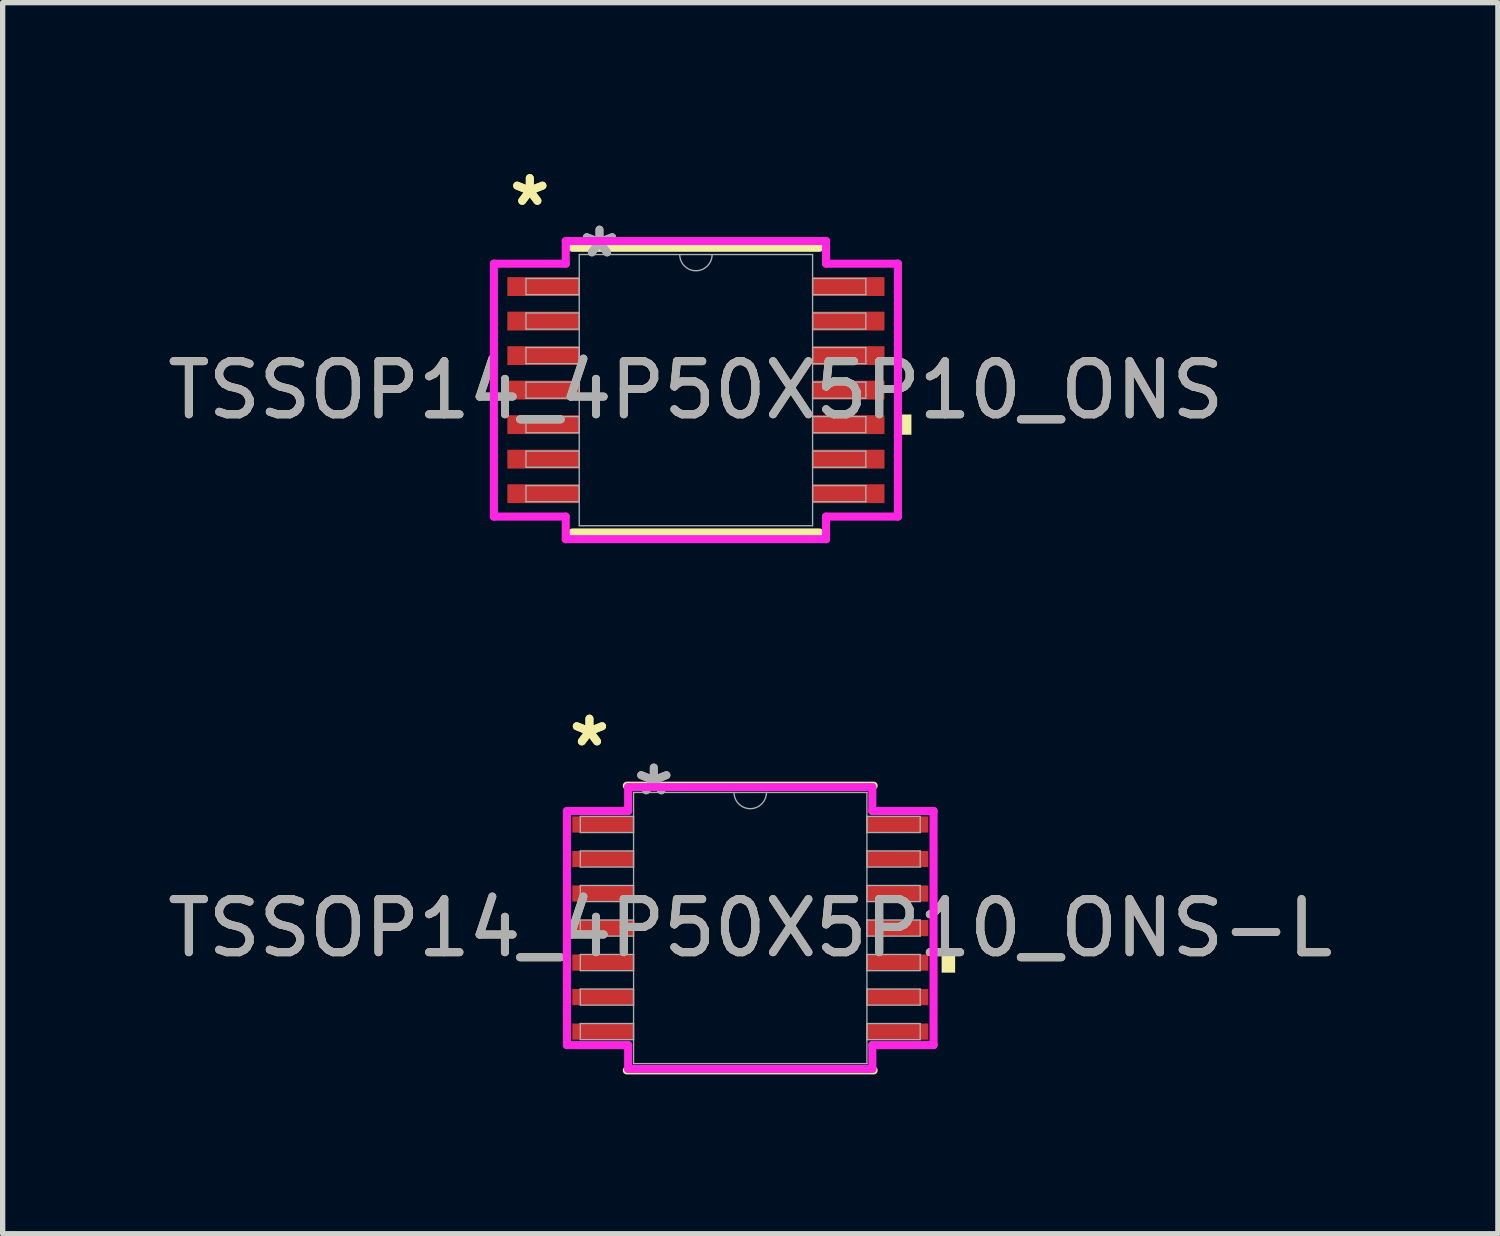
<source format=kicad_pcb>
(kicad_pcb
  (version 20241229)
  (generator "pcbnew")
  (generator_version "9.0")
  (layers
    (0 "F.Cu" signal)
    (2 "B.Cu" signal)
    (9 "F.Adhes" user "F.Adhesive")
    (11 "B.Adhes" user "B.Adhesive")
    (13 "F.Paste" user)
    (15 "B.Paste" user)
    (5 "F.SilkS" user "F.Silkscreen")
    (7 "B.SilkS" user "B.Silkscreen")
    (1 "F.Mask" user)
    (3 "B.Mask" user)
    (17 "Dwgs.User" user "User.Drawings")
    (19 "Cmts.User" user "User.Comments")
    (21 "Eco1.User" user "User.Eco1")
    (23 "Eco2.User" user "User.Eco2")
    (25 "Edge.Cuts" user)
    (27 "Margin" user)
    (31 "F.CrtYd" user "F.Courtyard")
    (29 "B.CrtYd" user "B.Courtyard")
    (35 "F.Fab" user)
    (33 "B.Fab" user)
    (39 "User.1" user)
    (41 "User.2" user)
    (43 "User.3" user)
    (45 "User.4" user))
  (footprint "TSSOP14_4P50X5P10_ONS"
    (layer "F.Cu")
    (at 10.054 4.296)
    (property "Reference" "TSSOP14_4P50X5P10_ONS" (at 0 0 0) (unlocked yes) (layer "F.SilkS") (effects (font (size 1 1) (thickness 0.15))))
    (attr smd)
    (fp_line (start -2.324 2.68) (end 2.324 2.68) (stroke (width 0.152) (type solid)) (layer "F.SilkS"))
    (fp_line (start 2.324 -2.68) (end -2.324 -2.68) (stroke (width 0.152) (type solid)) (layer "F.SilkS"))
    (fp_poly (pts (xy 4.058 0.459) (xy 4.058 0.84) (xy 3.804 0.84) (xy 3.804 0.459)) (stroke (width 0) (type solid)) (fill yes) (layer "F.SilkS"))
    (fp_line (start -3.804 -2.381) (end -2.451 -2.381) (stroke (width 0.152) (type solid)) (layer "F.CrtYd"))
    (fp_line (start -3.804 2.381) (end -3.804 -2.381) (stroke (width 0.152) (type solid)) (layer "F.CrtYd"))
    (fp_line (start -3.804 2.381) (end -2.451 2.381) (stroke (width 0.152) (type solid)) (layer "F.CrtYd"))
    (fp_line (start -2.451 -2.807) (end 2.451 -2.807) (stroke (width 0.152) (type solid)) (layer "F.CrtYd"))
    (fp_line (start -2.451 -2.381) (end -2.451 -2.807) (stroke (width 0.152) (type solid)) (layer "F.CrtYd"))
    (fp_line (start -2.451 2.807) (end -2.451 2.381) (stroke (width 0.152) (type solid)) (layer "F.CrtYd"))
    (fp_line (start 2.451 -2.807) (end 2.451 -2.381) (stroke (width 0.152) (type solid)) (layer "F.CrtYd"))
    (fp_line (start 2.451 2.381) (end 2.451 2.807) (stroke (width 0.152) (type solid)) (layer "F.CrtYd"))
    (fp_line (start 2.451 2.807) (end -2.451 2.807) (stroke (width 0.152) (type solid)) (layer "F.CrtYd"))
    (fp_line (start 3.804 -2.381) (end 2.451 -2.381) (stroke (width 0.152) (type solid)) (layer "F.CrtYd"))
    (fp_line (start 3.804 -2.381) (end 3.804 2.381) (stroke (width 0.152) (type solid)) (layer "F.CrtYd"))
    (fp_line (start 3.804 2.381) (end 2.451 2.381) (stroke (width 0.152) (type solid)) (layer "F.CrtYd"))
    (fp_line (start -3.2 -2.102) (end -3.2 -1.798) (stroke (width 0.025) (type solid)) (layer "F.Fab"))
    (fp_line (start -3.2 -1.798) (end -2.197 -1.798) (stroke (width 0.025) (type solid)) (layer "F.Fab"))
    (fp_line (start -3.2 -1.452) (end -3.2 -1.148) (stroke (width 0.025) (type solid)) (layer "F.Fab"))
    (fp_line (start -3.2 -1.148) (end -2.197 -1.148) (stroke (width 0.025) (type solid)) (layer "F.Fab"))
    (fp_line (start -3.2 -0.802) (end -3.2 -0.498) (stroke (width 0.025) (type solid)) (layer "F.Fab"))
    (fp_line (start -3.2 -0.498) (end -2.197 -0.498) (stroke (width 0.025) (type solid)) (layer "F.Fab"))
    (fp_line (start -3.2 -0.152) (end -3.2 0.152) (stroke (width 0.025) (type solid)) (layer "F.Fab"))
    (fp_line (start -3.2 0.152) (end -2.197 0.152) (stroke (width 0.025) (type solid)) (layer "F.Fab"))
    (fp_line (start -3.2 0.498) (end -3.2 0.802) (stroke (width 0.025) (type solid)) (layer "F.Fab"))
    (fp_line (start -3.2 0.802) (end -2.197 0.802) (stroke (width 0.025) (type solid)) (layer "F.Fab"))
    (fp_line (start -3.2 1.148) (end -3.2 1.452) (stroke (width 0.025) (type solid)) (layer "F.Fab"))
    (fp_line (start -3.2 1.452) (end -2.197 1.452) (stroke (width 0.025) (type solid)) (layer "F.Fab"))
    (fp_line (start -3.2 1.798) (end -3.2 2.102) (stroke (width 0.025) (type solid)) (layer "F.Fab"))
    (fp_line (start -3.2 2.102) (end -2.197 2.102) (stroke (width 0.025) (type solid)) (layer "F.Fab"))
    (fp_line (start -2.197 -2.553) (end -2.197 2.553) (stroke (width 0.025) (type solid)) (layer "F.Fab"))
    (fp_line (start -2.197 -2.102) (end -3.2 -2.102) (stroke (width 0.025) (type solid)) (layer "F.Fab"))
    (fp_line (start -2.197 -1.798) (end -2.197 -2.102) (stroke (width 0.025) (type solid)) (layer "F.Fab"))
    (fp_line (start -2.197 -1.452) (end -3.2 -1.452) (stroke (width 0.025) (type solid)) (layer "F.Fab"))
    (fp_line (start -2.197 -1.148) (end -2.197 -1.452) (stroke (width 0.025) (type solid)) (layer "F.Fab"))
    (fp_line (start -2.197 -0.802) (end -3.2 -0.802) (stroke (width 0.025) (type solid)) (layer "F.Fab"))
    (fp_line (start -2.197 -0.498) (end -2.197 -0.802) (stroke (width 0.025) (type solid)) (layer "F.Fab"))
    (fp_line (start -2.197 -0.152) (end -3.2 -0.152) (stroke (width 0.025) (type solid)) (layer "F.Fab"))
    (fp_line (start -2.197 0.152) (end -2.197 -0.152) (stroke (width 0.025) (type solid)) (layer "F.Fab"))
    (fp_line (start -2.197 0.498) (end -3.2 0.498) (stroke (width 0.025) (type solid)) (layer "F.Fab"))
    (fp_line (start -2.197 0.802) (end -2.197 0.498) (stroke (width 0.025) (type solid)) (layer "F.Fab"))
    (fp_line (start -2.197 1.148) (end -3.2 1.148) (stroke (width 0.025) (type solid)) (layer "F.Fab"))
    (fp_line (start -2.197 1.452) (end -2.197 1.148) (stroke (width 0.025) (type solid)) (layer "F.Fab"))
    (fp_line (start -2.197 1.798) (end -3.2 1.798) (stroke (width 0.025) (type solid)) (layer "F.Fab"))
    (fp_line (start -2.197 2.102) (end -2.197 1.798) (stroke (width 0.025) (type solid)) (layer "F.Fab"))
    (fp_line (start -2.197 2.553) (end 2.197 2.553) (stroke (width 0.025) (type solid)) (layer "F.Fab"))
    (fp_line (start 2.197 -2.553) (end -2.197 -2.553) (stroke (width 0.025) (type solid)) (layer "F.Fab"))
    (fp_line (start 2.197 -2.102) (end 2.197 -1.798) (stroke (width 0.025) (type solid)) (layer "F.Fab"))
    (fp_line (start 2.197 -1.798) (end 3.2 -1.798) (stroke (width 0.025) (type solid)) (layer "F.Fab"))
    (fp_line (start 2.197 -1.452) (end 2.197 -1.148) (stroke (width 0.025) (type solid)) (layer "F.Fab"))
    (fp_line (start 2.197 -1.148) (end 3.2 -1.148) (stroke (width 0.025) (type solid)) (layer "F.Fab"))
    (fp_line (start 2.197 -0.802) (end 2.197 -0.498) (stroke (width 0.025) (type solid)) (layer "F.Fab"))
    (fp_line (start 2.197 -0.498) (end 3.2 -0.498) (stroke (width 0.025) (type solid)) (layer "F.Fab"))
    (fp_line (start 2.197 -0.152) (end 2.197 0.152) (stroke (width 0.025) (type solid)) (layer "F.Fab"))
    (fp_line (start 2.197 0.152) (end 3.2 0.152) (stroke (width 0.025) (type solid)) (layer "F.Fab"))
    (fp_line (start 2.197 0.498) (end 2.197 0.802) (stroke (width 0.025) (type solid)) (layer "F.Fab"))
    (fp_line (start 2.197 0.802) (end 3.2 0.802) (stroke (width 0.025) (type solid)) (layer "F.Fab"))
    (fp_line (start 2.197 1.148) (end 2.197 1.452) (stroke (width 0.025) (type solid)) (layer "F.Fab"))
    (fp_line (start 2.197 1.452) (end 3.2 1.452) (stroke (width 0.025) (type solid)) (layer "F.Fab"))
    (fp_line (start 2.197 1.798) (end 2.197 2.102) (stroke (width 0.025) (type solid)) (layer "F.Fab"))
    (fp_line (start 2.197 2.102) (end 3.2 2.102) (stroke (width 0.025) (type solid)) (layer "F.Fab"))
    (fp_line (start 2.197 2.553) (end 2.197 -2.553) (stroke (width 0.025) (type solid)) (layer "F.Fab"))
    (fp_line (start 3.2 -2.102) (end 2.197 -2.102) (stroke (width 0.025) (type solid)) (layer "F.Fab"))
    (fp_line (start 3.2 -1.798) (end 3.2 -2.102) (stroke (width 0.025) (type solid)) (layer "F.Fab"))
    (fp_line (start 3.2 -1.452) (end 2.197 -1.452) (stroke (width 0.025) (type solid)) (layer "F.Fab"))
    (fp_line (start 3.2 -1.148) (end 3.2 -1.452) (stroke (width 0.025) (type solid)) (layer "F.Fab"))
    (fp_line (start 3.2 -0.802) (end 2.197 -0.802) (stroke (width 0.025) (type solid)) (layer "F.Fab"))
    (fp_line (start 3.2 -0.498) (end 3.2 -0.802) (stroke (width 0.025) (type solid)) (layer "F.Fab"))
    (fp_line (start 3.2 -0.152) (end 2.197 -0.152) (stroke (width 0.025) (type solid)) (layer "F.Fab"))
    (fp_line (start 3.2 0.152) (end 3.2 -0.152) (stroke (width 0.025) (type solid)) (layer "F.Fab"))
    (fp_line (start 3.2 0.498) (end 2.197 0.498) (stroke (width 0.025) (type solid)) (layer "F.Fab"))
    (fp_line (start 3.2 0.802) (end 3.2 0.498) (stroke (width 0.025) (type solid)) (layer "F.Fab"))
    (fp_line (start 3.2 1.148) (end 2.197 1.148) (stroke (width 0.025) (type solid)) (layer "F.Fab"))
    (fp_line (start 3.2 1.452) (end 3.2 1.148) (stroke (width 0.025) (type solid)) (layer "F.Fab"))
    (fp_line (start 3.2 1.798) (end 2.197 1.798) (stroke (width 0.025) (type solid)) (layer "F.Fab"))
    (fp_line (start 3.2 2.102) (end 3.2 1.798) (stroke (width 0.025) (type solid)) (layer "F.Fab"))
    (fp_arc (start 0.3048 -2.5527) (mid 0 -2.2479) (end -0.3048 -2.5527) (stroke (width 0.0254) (type solid)) (layer "F.Fab"))
    (fp_text user "*" (at -3.128 -3.448 0) (layer "F.SilkS") (effects (font (size 1 1) (thickness 0.15))))
    (fp_text user "*" (at -3.128 -3.448 0) (unlocked yes) (layer "F.SilkS") (effects (font (size 1 1) (thickness 0.15))))
    (fp_text user "*" (at -1.816 -2.477 0) (layer "F.Fab") (effects (font (size 1 1) (thickness 0.15))))
    (fp_text user "${REFERENCE}" (at 0 0 0) (unlocked yes) (layer "F.Fab") (effects (font (size 1 1) (thickness 0.15))))
    (fp_text user "*" (at -1.816 -2.477 0) (unlocked yes) (layer "F.Fab") (effects (font (size 1 1) (thickness 0.15))))
    (pad "1" smd rect (at -2.874 -1.95) (size 1.353 0.355) (layers "F.Cu" "F.Mask" "F.Paste"))
    (pad "2" smd rect (at -2.874 -1.3) (size 1.353 0.355) (layers "F.Cu" "F.Mask" "F.Paste"))
    (pad "3" smd rect (at -2.874 -0.65) (size 1.353 0.355) (layers "F.Cu" "F.Mask" "F.Paste"))
    (pad "4" smd rect (at -2.874 0) (size 1.353 0.355) (layers "F.Cu" "F.Mask" "F.Paste"))
    (pad "5" smd rect (at -2.874 0.65) (size 1.353 0.355) (layers "F.Cu" "F.Mask" "F.Paste"))
    (pad "6" smd rect (at -2.874 1.3) (size 1.353 0.355) (layers "F.Cu" "F.Mask" "F.Paste"))
    (pad "7" smd rect (at -2.874 1.95) (size 1.353 0.355) (layers "F.Cu" "F.Mask" "F.Paste"))
    (pad "8" smd rect (at 2.874 1.95) (size 1.353 0.355) (layers "F.Cu" "F.Mask" "F.Paste"))
    (pad "9" smd rect (at 2.874 1.3) (size 1.353 0.355) (layers "F.Cu" "F.Mask" "F.Paste"))
    (pad "10" smd rect (at 2.874 0.65) (size 1.353 0.355) (layers "F.Cu" "F.Mask" "F.Paste"))
    (pad "11" smd rect (at 2.874 0) (size 1.353 0.355) (layers "F.Cu" "F.Mask" "F.Paste"))
    (pad "12" smd rect (at 2.874 -0.65) (size 1.353 0.355) (layers "F.Cu" "F.Mask" "F.Paste"))
    (pad "13" smd rect (at 2.874 -1.3) (size 1.353 0.355) (layers "F.Cu" "F.Mask" "F.Paste"))
    (pad "14" smd rect (at 2.874 -1.95) (size 1.353 0.355) (layers "F.Cu" "F.Mask" "F.Paste")))
  (footprint "TSSOP14_4P50X5P10_ONS-L"
    (layer "F.Cu")
    (at 11.077 14.425)
    (property "Reference" "TSSOP14_4P50X5P10_ONS-L" (at 0 0 0) (unlocked yes) (layer "F.SilkS") (effects (font (size 1 1) (thickness 0.15))))
    (attr smd)
    (fp_line (start -2.324 2.68) (end 2.324 2.68) (stroke (width 0.152) (type solid)) (layer "F.SilkS"))
    (fp_line (start 2.324 -2.68) (end -2.324 -2.68) (stroke (width 0.152) (type solid)) (layer "F.SilkS"))
    (fp_poly (pts (xy 3.858 0.459) (xy 3.858 0.84) (xy 3.604 0.84) (xy 3.604 0.459)) (stroke (width 0) (type solid)) (fill yes) (layer "F.SilkS"))
    (fp_line (start -3.452 -2.204) (end -2.299 -2.204) (stroke (width 0.152) (type solid)) (layer "F.CrtYd"))
    (fp_line (start -3.452 2.204) (end -3.452 -2.204) (stroke (width 0.152) (type solid)) (layer "F.CrtYd"))
    (fp_line (start -3.452 2.204) (end -2.299 2.204) (stroke (width 0.152) (type solid)) (layer "F.CrtYd"))
    (fp_line (start -2.299 -2.654) (end 2.299 -2.654) (stroke (width 0.152) (type solid)) (layer "F.CrtYd"))
    (fp_line (start -2.299 -2.204) (end -2.299 -2.654) (stroke (width 0.152) (type solid)) (layer "F.CrtYd"))
    (fp_line (start -2.299 2.654) (end -2.299 2.204) (stroke (width 0.152) (type solid)) (layer "F.CrtYd"))
    (fp_line (start 2.299 -2.654) (end 2.299 -2.204) (stroke (width 0.152) (type solid)) (layer "F.CrtYd"))
    (fp_line (start 2.299 2.204) (end 2.299 2.654) (stroke (width 0.152) (type solid)) (layer "F.CrtYd"))
    (fp_line (start 2.299 2.654) (end -2.299 2.654) (stroke (width 0.152) (type solid)) (layer "F.CrtYd"))
    (fp_line (start 3.452 -2.204) (end 2.299 -2.204) (stroke (width 0.152) (type solid)) (layer "F.CrtYd"))
    (fp_line (start 3.452 -2.204) (end 3.452 2.204) (stroke (width 0.152) (type solid)) (layer "F.CrtYd"))
    (fp_line (start 3.452 2.204) (end 2.299 2.204) (stroke (width 0.152) (type solid)) (layer "F.CrtYd"))
    (fp_line (start -3.2 -2.102) (end -3.2 -1.798) (stroke (width 0.025) (type solid)) (layer "F.Fab"))
    (fp_line (start -3.2 -1.798) (end -2.197 -1.798) (stroke (width 0.025) (type solid)) (layer "F.Fab"))
    (fp_line (start -3.2 -1.452) (end -3.2 -1.148) (stroke (width 0.025) (type solid)) (layer "F.Fab"))
    (fp_line (start -3.2 -1.148) (end -2.197 -1.148) (stroke (width 0.025) (type solid)) (layer "F.Fab"))
    (fp_line (start -3.2 -0.802) (end -3.2 -0.498) (stroke (width 0.025) (type solid)) (layer "F.Fab"))
    (fp_line (start -3.2 -0.498) (end -2.197 -0.498) (stroke (width 0.025) (type solid)) (layer "F.Fab"))
    (fp_line (start -3.2 -0.152) (end -3.2 0.152) (stroke (width 0.025) (type solid)) (layer "F.Fab"))
    (fp_line (start -3.2 0.152) (end -2.197 0.152) (stroke (width 0.025) (type solid)) (layer "F.Fab"))
    (fp_line (start -3.2 0.498) (end -3.2 0.802) (stroke (width 0.025) (type solid)) (layer "F.Fab"))
    (fp_line (start -3.2 0.802) (end -2.197 0.802) (stroke (width 0.025) (type solid)) (layer "F.Fab"))
    (fp_line (start -3.2 1.148) (end -3.2 1.452) (stroke (width 0.025) (type solid)) (layer "F.Fab"))
    (fp_line (start -3.2 1.452) (end -2.197 1.452) (stroke (width 0.025) (type solid)) (layer "F.Fab"))
    (fp_line (start -3.2 1.798) (end -3.2 2.102) (stroke (width 0.025) (type solid)) (layer "F.Fab"))
    (fp_line (start -3.2 2.102) (end -2.197 2.102) (stroke (width 0.025) (type solid)) (layer "F.Fab"))
    (fp_line (start -2.197 -2.553) (end -2.197 2.553) (stroke (width 0.025) (type solid)) (layer "F.Fab"))
    (fp_line (start -2.197 -2.102) (end -3.2 -2.102) (stroke (width 0.025) (type solid)) (layer "F.Fab"))
    (fp_line (start -2.197 -1.798) (end -2.197 -2.102) (stroke (width 0.025) (type solid)) (layer "F.Fab"))
    (fp_line (start -2.197 -1.452) (end -3.2 -1.452) (stroke (width 0.025) (type solid)) (layer "F.Fab"))
    (fp_line (start -2.197 -1.148) (end -2.197 -1.452) (stroke (width 0.025) (type solid)) (layer "F.Fab"))
    (fp_line (start -2.197 -0.802) (end -3.2 -0.802) (stroke (width 0.025) (type solid)) (layer "F.Fab"))
    (fp_line (start -2.197 -0.498) (end -2.197 -0.802) (stroke (width 0.025) (type solid)) (layer "F.Fab"))
    (fp_line (start -2.197 -0.152) (end -3.2 -0.152) (stroke (width 0.025) (type solid)) (layer "F.Fab"))
    (fp_line (start -2.197 0.152) (end -2.197 -0.152) (stroke (width 0.025) (type solid)) (layer "F.Fab"))
    (fp_line (start -2.197 0.498) (end -3.2 0.498) (stroke (width 0.025) (type solid)) (layer "F.Fab"))
    (fp_line (start -2.197 0.802) (end -2.197 0.498) (stroke (width 0.025) (type solid)) (layer "F.Fab"))
    (fp_line (start -2.197 1.148) (end -3.2 1.148) (stroke (width 0.025) (type solid)) (layer "F.Fab"))
    (fp_line (start -2.197 1.452) (end -2.197 1.148) (stroke (width 0.025) (type solid)) (layer "F.Fab"))
    (fp_line (start -2.197 1.798) (end -3.2 1.798) (stroke (width 0.025) (type solid)) (layer "F.Fab"))
    (fp_line (start -2.197 2.102) (end -2.197 1.798) (stroke (width 0.025) (type solid)) (layer "F.Fab"))
    (fp_line (start -2.197 2.553) (end 2.197 2.553) (stroke (width 0.025) (type solid)) (layer "F.Fab"))
    (fp_line (start 2.197 -2.553) (end -2.197 -2.553) (stroke (width 0.025) (type solid)) (layer "F.Fab"))
    (fp_line (start 2.197 -2.102) (end 2.197 -1.798) (stroke (width 0.025) (type solid)) (layer "F.Fab"))
    (fp_line (start 2.197 -1.798) (end 3.2 -1.798) (stroke (width 0.025) (type solid)) (layer "F.Fab"))
    (fp_line (start 2.197 -1.452) (end 2.197 -1.148) (stroke (width 0.025) (type solid)) (layer "F.Fab"))
    (fp_line (start 2.197 -1.148) (end 3.2 -1.148) (stroke (width 0.025) (type solid)) (layer "F.Fab"))
    (fp_line (start 2.197 -0.802) (end 2.197 -0.498) (stroke (width 0.025) (type solid)) (layer "F.Fab"))
    (fp_line (start 2.197 -0.498) (end 3.2 -0.498) (stroke (width 0.025) (type solid)) (layer "F.Fab"))
    (fp_line (start 2.197 -0.152) (end 2.197 0.152) (stroke (width 0.025) (type solid)) (layer "F.Fab"))
    (fp_line (start 2.197 0.152) (end 3.2 0.152) (stroke (width 0.025) (type solid)) (layer "F.Fab"))
    (fp_line (start 2.197 0.498) (end 2.197 0.802) (stroke (width 0.025) (type solid)) (layer "F.Fab"))
    (fp_line (start 2.197 0.802) (end 3.2 0.802) (stroke (width 0.025) (type solid)) (layer "F.Fab"))
    (fp_line (start 2.197 1.148) (end 2.197 1.452) (stroke (width 0.025) (type solid)) (layer "F.Fab"))
    (fp_line (start 2.197 1.452) (end 3.2 1.452) (stroke (width 0.025) (type solid)) (layer "F.Fab"))
    (fp_line (start 2.197 1.798) (end 2.197 2.102) (stroke (width 0.025) (type solid)) (layer "F.Fab"))
    (fp_line (start 2.197 2.102) (end 3.2 2.102) (stroke (width 0.025) (type solid)) (layer "F.Fab"))
    (fp_line (start 2.197 2.553) (end 2.197 -2.553) (stroke (width 0.025) (type solid)) (layer "F.Fab"))
    (fp_line (start 3.2 -2.102) (end 2.197 -2.102) (stroke (width 0.025) (type solid)) (layer "F.Fab"))
    (fp_line (start 3.2 -1.798) (end 3.2 -2.102) (stroke (width 0.025) (type solid)) (layer "F.Fab"))
    (fp_line (start 3.2 -1.452) (end 2.197 -1.452) (stroke (width 0.025) (type solid)) (layer "F.Fab"))
    (fp_line (start 3.2 -1.148) (end 3.2 -1.452) (stroke (width 0.025) (type solid)) (layer "F.Fab"))
    (fp_line (start 3.2 -0.802) (end 2.197 -0.802) (stroke (width 0.025) (type solid)) (layer "F.Fab"))
    (fp_line (start 3.2 -0.498) (end 3.2 -0.802) (stroke (width 0.025) (type solid)) (layer "F.Fab"))
    (fp_line (start 3.2 -0.152) (end 2.197 -0.152) (stroke (width 0.025) (type solid)) (layer "F.Fab"))
    (fp_line (start 3.2 0.152) (end 3.2 -0.152) (stroke (width 0.025) (type solid)) (layer "F.Fab"))
    (fp_line (start 3.2 0.498) (end 2.197 0.498) (stroke (width 0.025) (type solid)) (layer "F.Fab"))
    (fp_line (start 3.2 0.802) (end 3.2 0.498) (stroke (width 0.025) (type solid)) (layer "F.Fab"))
    (fp_line (start 3.2 1.148) (end 2.197 1.148) (stroke (width 0.025) (type solid)) (layer "F.Fab"))
    (fp_line (start 3.2 1.452) (end 3.2 1.148) (stroke (width 0.025) (type solid)) (layer "F.Fab"))
    (fp_line (start 3.2 1.798) (end 2.197 1.798) (stroke (width 0.025) (type solid)) (layer "F.Fab"))
    (fp_line (start 3.2 2.102) (end 3.2 1.798) (stroke (width 0.025) (type solid)) (layer "F.Fab"))
    (fp_arc (start 0.3048 -2.5527) (mid 0 -2.2479) (end -0.3048 -2.5527) (stroke (width 0.0254) (type solid)) (layer "F.Fab"))
    (fp_text user "*" (at -3.028 -3.398 0) (unlocked yes) (layer "F.SilkS") (effects (font (size 1 1) (thickness 0.15))))
    (fp_text user "*" (at -3.028 -3.398 0) (layer "F.SilkS") (effects (font (size 1 1) (thickness 0.15))))
    (fp_text user "*" (at -1.816 -2.477 0) (unlocked yes) (layer "F.Fab") (effects (font (size 1 1) (thickness 0.15))))
    (fp_text user "*" (at -1.816 -2.477 0) (layer "F.Fab") (effects (font (size 1 1) (thickness 0.15))))
    (fp_text user "${REFERENCE}" (at 0 0 0) (unlocked yes) (layer "F.Fab") (effects (font (size 1 1) (thickness 0.15))))
    (pad "1" smd rect (at -2.774 -1.95) (size 1.153 0.305) (layers "F.Cu" "F.Mask" "F.Paste"))
    (pad "2" smd rect (at -2.774 -1.3) (size 1.153 0.305) (layers "F.Cu" "F.Mask" "F.Paste"))
    (pad "3" smd rect (at -2.774 -0.65) (size 1.153 0.305) (layers "F.Cu" "F.Mask" "F.Paste"))
    (pad "4" smd rect (at -2.774 0) (size 1.153 0.305) (layers "F.Cu" "F.Mask" "F.Paste"))
    (pad "5" smd rect (at -2.774 0.65) (size 1.153 0.305) (layers "F.Cu" "F.Mask" "F.Paste"))
    (pad "6" smd rect (at -2.774 1.3) (size 1.153 0.305) (layers "F.Cu" "F.Mask" "F.Paste"))
    (pad "7" smd rect (at -2.774 1.95) (size 1.153 0.305) (layers "F.Cu" "F.Mask" "F.Paste"))
    (pad "8" smd rect (at 2.774 1.95) (size 1.153 0.305) (layers "F.Cu" "F.Mask" "F.Paste"))
    (pad "9" smd rect (at 2.774 1.3) (size 1.153 0.305) (layers "F.Cu" "F.Mask" "F.Paste"))
    (pad "10" smd rect (at 2.774 0.65) (size 1.153 0.305) (layers "F.Cu" "F.Mask" "F.Paste"))
    (pad "11" smd rect (at 2.774 0) (size 1.153 0.305) (layers "F.Cu" "F.Mask" "F.Paste"))
    (pad "12" smd rect (at 2.774 -0.65) (size 1.153 0.305) (layers "F.Cu" "F.Mask" "F.Paste"))
    (pad "13" smd rect (at 2.774 -1.3) (size 1.153 0.305) (layers "F.Cu" "F.Mask" "F.Paste"))
    (pad "14" smd rect (at 2.774 -1.95) (size 1.153 0.305) (layers "F.Cu" "F.Mask" "F.Paste")))
  (gr_rect
    (start -3 -3)
    (end 25.155 20.181)
    (stroke (width 0.1) (type default))
    (fill no)
    (layer "Edge.Cuts")))
</source>
